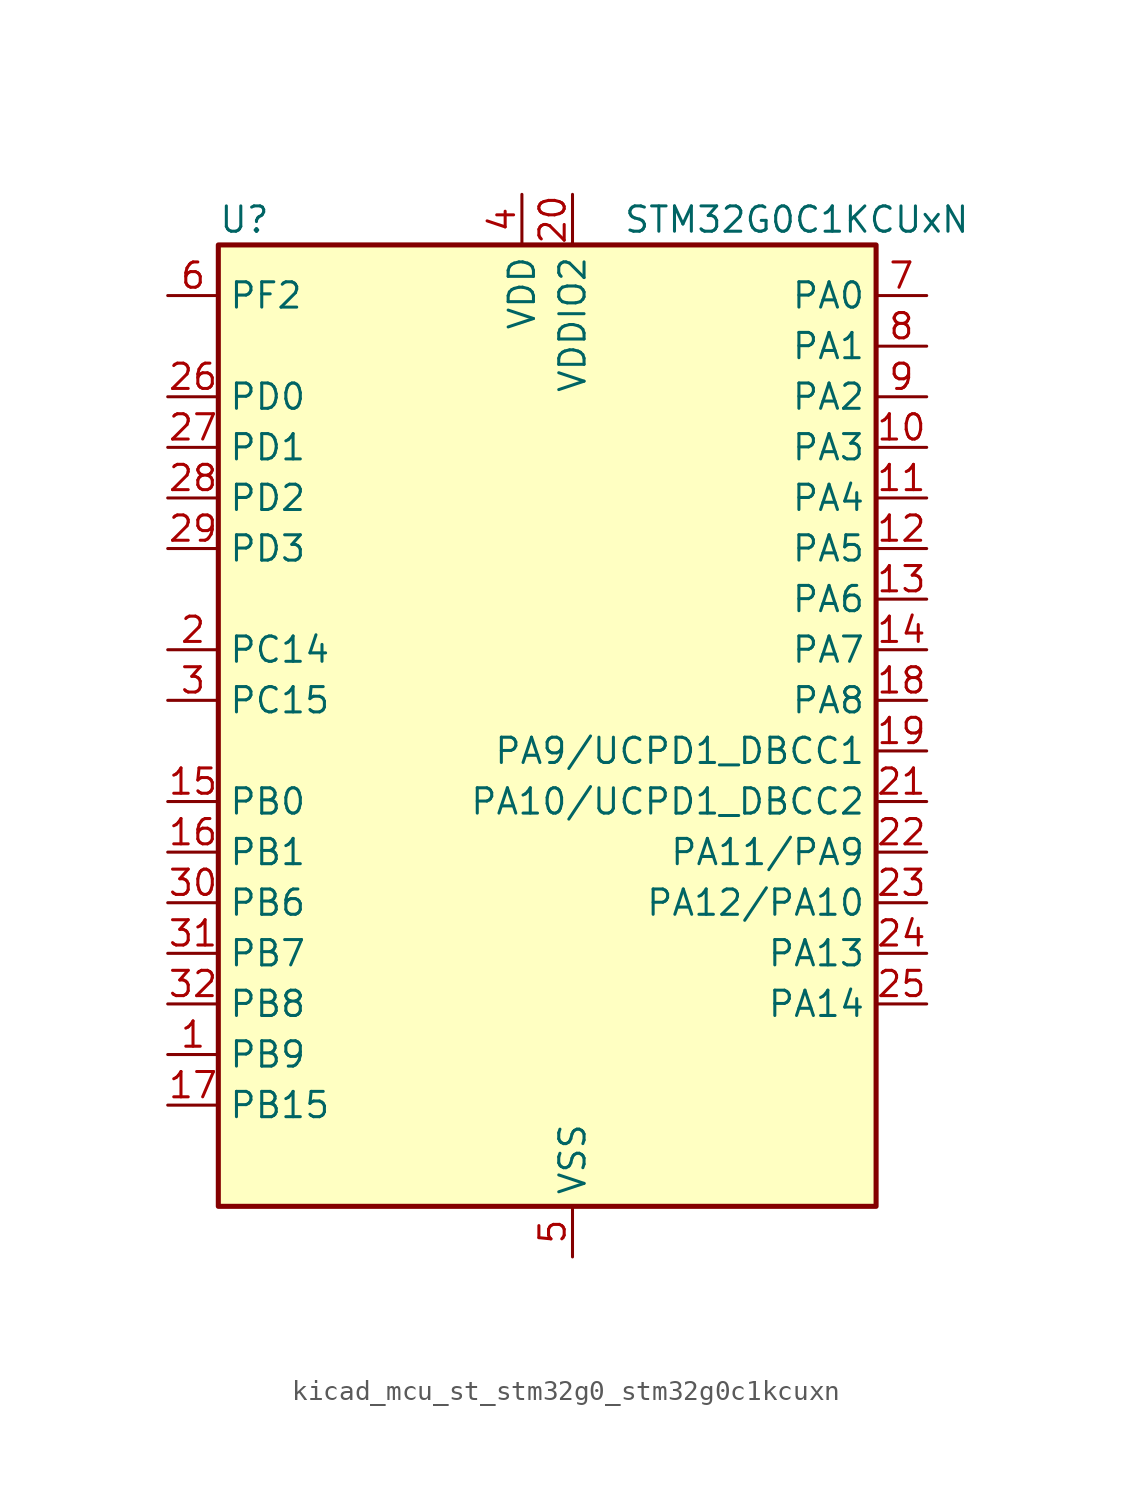
<source format=kicad_sym>
(kicad_symbol_lib
  (version 20220914)
  (generator kicad_symbol_editor)
  (symbol "kicad_mcu_st_stm32g0_stm32g0c1kcuxn"
    (property "Reference" "U"
      (at -15.24 26.67 0)
      (effects (font (size 1.27 1.27)) (justify left)))
    (property "Value" "STM32G0C1KCUxN"
      (at 5.08 26.67 0)
      (effects (font (size 1.27 1.27)) (justify left)))
    (property "ki_locked" ""
      (at 0 0 0)
      (effects (font (size 1.27 1.27))))
    (symbol "kicad_mcu_st_stm32g0_stm32g0c1kcuxn_0_1"
      (rectangle (start -15.24 -22.86) (end 17.78 25.4) (stroke (width 0.254) (type default)) (fill (type background))))
    (symbol "kicad_mcu_st_stm32g0_stm32g0c1kcuxn_1_1"
      (pin bidirectional line (at -17.78 -15.24 0) (length 2.54) (name "PB9" (effects (font (size 1.27 1.27)))) (number "1" (effects (font (size 1.27 1.27)))) (alternate "DAC1_EXTI9" bidirectional line) (alternate "FDCAN1_TX" bidirectional line) (alternate "I2C1_SDA" bidirectional line) (alternate "I2S2_WS" bidirectional line) (alternate "IR_OUT" bidirectional line) (alternate "SPI2_NSS" bidirectional line) (alternate "TIM17_CH1" bidirectional line) (alternate "TIM4_CH4" bidirectional line) (alternate "UCPD2_FRSTX1" bidirectional line) (alternate "UCPD2_FRSTX2" bidirectional line) (alternate "USART3_RX" bidirectional line) (alternate "USART6_RX" bidirectional line))
      (pin bidirectional line (at 20.32 15.24 180) (length 2.54) (name "PA3" (effects (font (size 1.27 1.27)))) (number "10" (effects (font (size 1.27 1.27)))) (alternate "ADC1_IN3" bidirectional line) (alternate "COMP2_INP" bidirectional line) (alternate "I2S2_MCK" bidirectional line) (alternate "LPUART1_RX" bidirectional line) (alternate "SPI2_MISO" bidirectional line) (alternate "TIM15_CH2" bidirectional line) (alternate "TIM2_CH4" bidirectional line) (alternate "UCPD2_FRSTX1" bidirectional line) (alternate "UCPD2_FRSTX2" bidirectional line) (alternate "USART2_RX" bidirectional line))
      (pin bidirectional line (at 20.32 12.7 180) (length 2.54) (name "PA4" (effects (font (size 1.27 1.27)))) (number "11" (effects (font (size 1.27 1.27)))) (alternate "ADC1_IN4" bidirectional line) (alternate "DAC1_OUT1" bidirectional line) (alternate "I2S1_WS" bidirectional line) (alternate "I2S2_SD" bidirectional line) (alternate "LPTIM2_OUT" bidirectional line) (alternate "RTC_OUT1" bidirectional line) (alternate "RTC_TAMP_IN1" bidirectional line) (alternate "RTC_TS" bidirectional line) (alternate "SPI1_NSS" bidirectional line) (alternate "SPI2_MOSI" bidirectional line) (alternate "SYS_WKUP2" bidirectional line) (alternate "TIM14_CH1" bidirectional line) (alternate "UCPD2_FRSTX1" bidirectional line) (alternate "UCPD2_FRSTX2" bidirectional line) (alternate "USART6_TX" bidirectional line) (alternate "USB_NOE" bidirectional line))
      (pin bidirectional line (at 20.32 10.16 180) (length 2.54) (name "PA5" (effects (font (size 1.27 1.27)))) (number "12" (effects (font (size 1.27 1.27)))) (alternate "ADC1_IN5" bidirectional line) (alternate "CEC" bidirectional line) (alternate "DAC1_OUT2" bidirectional line) (alternate "I2S1_CK" bidirectional line) (alternate "LPTIM2_ETR" bidirectional line) (alternate "SPI1_SCK" bidirectional line) (alternate "TIM2_CH1" bidirectional line) (alternate "TIM2_ETR" bidirectional line) (alternate "UCPD1_FRSTX1" bidirectional line) (alternate "UCPD1_FRSTX2" bidirectional line) (alternate "USART3_TX" bidirectional line) (alternate "USART6_RX" bidirectional line))
      (pin bidirectional line (at 20.32 7.62 180) (length 2.54) (name "PA6" (effects (font (size 1.27 1.27)))) (number "13" (effects (font (size 1.27 1.27)))) (alternate "ADC1_IN6" bidirectional line) (alternate "COMP1_OUT" bidirectional line) (alternate "I2C2_SDA" bidirectional line) (alternate "I2C3_SDA" bidirectional line) (alternate "I2S1_MCK" bidirectional line) (alternate "LPUART1_CTS" bidirectional line) (alternate "SPI1_MISO" bidirectional line) (alternate "TIM16_CH1" bidirectional line) (alternate "TIM1_BK" bidirectional line) (alternate "TIM3_CH1" bidirectional line) (alternate "USART3_CTS" bidirectional line) (alternate "USART3_NSS" bidirectional line) (alternate "USART6_CTS" bidirectional line) (alternate "USART6_NSS" bidirectional line))
      (pin bidirectional line (at 20.32 5.08 180) (length 2.54) (name "PA7" (effects (font (size 1.27 1.27)))) (number "14" (effects (font (size 1.27 1.27)))) (alternate "ADC1_IN7" bidirectional line) (alternate "COMP2_OUT" bidirectional line) (alternate "I2C2_SCL" bidirectional line) (alternate "I2C3_SCL" bidirectional line) (alternate "I2S1_SD" bidirectional line) (alternate "SPI1_MOSI" bidirectional line) (alternate "TIM14_CH1" bidirectional line) (alternate "TIM17_CH1" bidirectional line) (alternate "TIM1_CH1N" bidirectional line) (alternate "TIM3_CH2" bidirectional line) (alternate "UCPD1_FRSTX1" bidirectional line) (alternate "UCPD1_FRSTX2" bidirectional line) (alternate "USART6_CK" bidirectional line) (alternate "USART6_DE" bidirectional line) (alternate "USART6_RTS" bidirectional line))
      (pin bidirectional line (at -17.78 -2.54 0) (length 2.54) (name "PB0" (effects (font (size 1.27 1.27)))) (number "15" (effects (font (size 1.27 1.27)))) (alternate "ADC1_IN8" bidirectional line) (alternate "COMP1_OUT" bidirectional line) (alternate "COMP3_INP" bidirectional line) (alternate "FDCAN2_RX" bidirectional line) (alternate "I2S1_WS" bidirectional line) (alternate "LPTIM1_OUT" bidirectional line) (alternate "LPUART2_CTS" bidirectional line) (alternate "SPI1_NSS" bidirectional line) (alternate "TIM1_CH2N" bidirectional line) (alternate "TIM3_CH3" bidirectional line) (alternate "UCPD1_FRSTX1" bidirectional line) (alternate "UCPD1_FRSTX2" bidirectional line) (alternate "USART3_RX" bidirectional line) (alternate "USART5_TX" bidirectional line))
      (pin bidirectional line (at -17.78 -5.08 0) (length 2.54) (name "PB1" (effects (font (size 1.27 1.27)))) (number "16" (effects (font (size 1.27 1.27)))) (alternate "ADC1_IN9" bidirectional line) (alternate "COMP1_INM" bidirectional line) (alternate "COMP3_OUT" bidirectional line) (alternate "FDCAN2_TX" bidirectional line) (alternate "LPTIM2_IN1" bidirectional line) (alternate "LPUART1_DE" bidirectional line) (alternate "LPUART1_RTS" bidirectional line) (alternate "LPUART2_DE" bidirectional line) (alternate "LPUART2_RTS" bidirectional line) (alternate "TIM14_CH1" bidirectional line) (alternate "TIM1_CH3N" bidirectional line) (alternate "TIM3_CH4" bidirectional line) (alternate "USART3_CK" bidirectional line) (alternate "USART3_DE" bidirectional line) (alternate "USART3_RTS" bidirectional line) (alternate "USART5_RX" bidirectional line))
      (pin bidirectional line (at -17.78 -17.78 0) (length 2.54) (name "PB15" (effects (font (size 1.27 1.27)))) (number "17" (effects (font (size 1.27 1.27)))) (alternate "I2S2_SD" bidirectional line) (alternate "RTC_REFIN" bidirectional line) (alternate "SPI2_MOSI" bidirectional line) (alternate "TIM15_CH1N" bidirectional line) (alternate "TIM15_CH2" bidirectional line) (alternate "TIM1_CH3N" bidirectional line) (alternate "UCPD1_CC2" bidirectional line) (alternate "USART6_CTS" bidirectional line) (alternate "USART6_NSS" bidirectional line))
      (pin bidirectional line (at 20.32 2.54 180) (length 2.54) (name "PA8" (effects (font (size 1.27 1.27)))) (number "18" (effects (font (size 1.27 1.27)))) (alternate "CRS1_SYNC" bidirectional line) (alternate "I2C2_SMBA" bidirectional line) (alternate "I2S2_WS" bidirectional line) (alternate "LPTIM2_OUT" bidirectional line) (alternate "RCC_MCO" bidirectional line) (alternate "SPI2_NSS" bidirectional line) (alternate "TIM1_CH1" bidirectional line) (alternate "UCPD1_CC1" bidirectional line))
      (pin bidirectional line (at 20.32 0 180) (length 2.54) (name "PA9/UCPD1_DBCC1" (effects (font (size 1.27 1.27)))) (number "19" (effects (font (size 1.27 1.27)))) (alternate "DAC1_EXTI9" bidirectional line) (alternate "I2C1_SCL" bidirectional line) (alternate "I2C2_SCL" bidirectional line) (alternate "I2S2_MCK" bidirectional line) (alternate "RCC_MCO" bidirectional line) (alternate "SPI2_MISO" bidirectional line) (alternate "TIM15_BK" bidirectional line) (alternate "TIM1_CH2" bidirectional line) (alternate "UCPD1_DBCC1" bidirectional line) (alternate "USART1_TX" bidirectional line))
      (pin bidirectional line (at -17.78 5.08 0) (length 2.54) (name "PC14" (effects (font (size 1.27 1.27)))) (number "2" (effects (font (size 1.27 1.27)))) (alternate "RCC_OSC32_IN" bidirectional line) (alternate "RCC_OSC_IN" bidirectional line) (alternate "TIM1_BK2" bidirectional line))
      (pin power_in line (at 2.54 27.94 270) (length 2.54) (name "VDDIO2" (effects (font (size 1.27 1.27)))) (number "20" (effects (font (size 1.27 1.27)))))
      (pin bidirectional line (at 20.32 -2.54 180) (length 2.54) (name "PA10/UCPD1_DBCC2" (effects (font (size 1.27 1.27)))) (number "21" (effects (font (size 1.27 1.27)))) (alternate "I2C1_SDA" bidirectional line) (alternate "I2C2_SDA" bidirectional line) (alternate "I2S2_SD" bidirectional line) (alternate "RCC_MCO_2" bidirectional line) (alternate "SPI2_MOSI" bidirectional line) (alternate "TIM17_BK" bidirectional line) (alternate "TIM1_CH3" bidirectional line) (alternate "UCPD1_DBCC2" bidirectional line) (alternate "USART1_RX" bidirectional line))
      (pin bidirectional line (at 20.32 -5.08 180) (length 2.54) (name "PA11/PA9" (effects (font (size 1.27 1.27)))) (number "22" (effects (font (size 1.27 1.27)))) (alternate "ADC1_EXTI11" bidirectional line) (alternate "COMP1_OUT" bidirectional line) (alternate "FDCAN1_RX" bidirectional line) (alternate "I2C2_SCL" bidirectional line) (alternate "I2S1_MCK" bidirectional line) (alternate "SPI1_MISO" bidirectional line) (alternate "TIM1_BK2" bidirectional line) (alternate "TIM1_CH4" bidirectional line) (alternate "USART1_CTS" bidirectional line) (alternate "USART1_NSS" bidirectional line) (alternate "USB_DM" bidirectional line))
      (pin bidirectional line (at 20.32 -7.62 180) (length 2.54) (name "PA12/PA10" (effects (font (size 1.27 1.27)))) (number "23" (effects (font (size 1.27 1.27)))) (alternate "COMP2_OUT" bidirectional line) (alternate "FDCAN1_TX" bidirectional line) (alternate "I2C2_SDA" bidirectional line) (alternate "I2S1_SD" bidirectional line) (alternate "I2S_CKIN" bidirectional line) (alternate "SPI1_MOSI" bidirectional line) (alternate "TIM1_ETR" bidirectional line) (alternate "USART1_CK" bidirectional line) (alternate "USART1_DE" bidirectional line) (alternate "USART1_RTS" bidirectional line) (alternate "USB_DP" bidirectional line))
      (pin bidirectional line (at 20.32 -10.16 180) (length 2.54) (name "PA13" (effects (font (size 1.27 1.27)))) (number "24" (effects (font (size 1.27 1.27)))) (alternate "IR_OUT" bidirectional line) (alternate "LPUART2_RX" bidirectional line) (alternate "SYS_SWDIO" bidirectional line) (alternate "USB_NOE" bidirectional line))
      (pin bidirectional line (at 20.32 -12.7 180) (length 2.54) (name "PA14" (effects (font (size 1.27 1.27)))) (number "25" (effects (font (size 1.27 1.27)))) (alternate "LPUART2_TX" bidirectional line) (alternate "SYS_SWCLK" bidirectional line) (alternate "USART2_TX" bidirectional line))
      (pin bidirectional line (at -17.78 17.78 0) (length 2.54) (name "PD0" (effects (font (size 1.27 1.27)))) (number "26" (effects (font (size 1.27 1.27)))) (alternate "FDCAN1_RX" bidirectional line) (alternate "I2S2_WS" bidirectional line) (alternate "SPI2_NSS" bidirectional line) (alternate "TIM16_CH1" bidirectional line) (alternate "UCPD2_CC1" bidirectional line))
      (pin bidirectional line (at -17.78 15.24 0) (length 2.54) (name "PD1" (effects (font (size 1.27 1.27)))) (number "27" (effects (font (size 1.27 1.27)))) (alternate "FDCAN1_TX" bidirectional line) (alternate "I2S2_CK" bidirectional line) (alternate "SPI2_SCK" bidirectional line) (alternate "TIM17_CH1" bidirectional line) (alternate "UCPD2_DBCC1" bidirectional line))
      (pin bidirectional line (at -17.78 12.7 0) (length 2.54) (name "PD2" (effects (font (size 1.27 1.27)))) (number "28" (effects (font (size 1.27 1.27)))) (alternate "TIM1_CH1N" bidirectional line) (alternate "TIM3_ETR" bidirectional line) (alternate "UCPD2_CC2" bidirectional line) (alternate "USART3_CK" bidirectional line) (alternate "USART3_DE" bidirectional line) (alternate "USART3_RTS" bidirectional line) (alternate "USART5_RX" bidirectional line))
      (pin bidirectional line (at -17.78 10.16 0) (length 2.54) (name "PD3" (effects (font (size 1.27 1.27)))) (number "29" (effects (font (size 1.27 1.27)))) (alternate "I2S2_MCK" bidirectional line) (alternate "SPI2_MISO" bidirectional line) (alternate "TIM1_CH2N" bidirectional line) (alternate "UCPD2_DBCC2" bidirectional line) (alternate "USART2_CTS" bidirectional line) (alternate "USART2_NSS" bidirectional line) (alternate "USART5_TX" bidirectional line))
      (pin bidirectional line (at -17.78 2.54 0) (length 2.54) (name "PC15" (effects (font (size 1.27 1.27)))) (number "3" (effects (font (size 1.27 1.27)))) (alternate "RCC_OSC32_EN" bidirectional line) (alternate "RCC_OSC32_OUT" bidirectional line) (alternate "RCC_OSC_EN" bidirectional line) (alternate "TIM15_BK" bidirectional line))
      (pin bidirectional line (at -17.78 -7.62 0) (length 2.54) (name "PB6" (effects (font (size 1.27 1.27)))) (number "30" (effects (font (size 1.27 1.27)))) (alternate "COMP2_INP" bidirectional line) (alternate "FDCAN2_TX" bidirectional line) (alternate "I2C1_SCL" bidirectional line) (alternate "I2S2_MCK" bidirectional line) (alternate "LPTIM1_ETR" bidirectional line) (alternate "LPUART2_TX" bidirectional line) (alternate "SPI2_MISO" bidirectional line) (alternate "TIM16_CH1N" bidirectional line) (alternate "TIM1_CH3" bidirectional line) (alternate "TIM4_CH1" bidirectional line) (alternate "USART1_TX" bidirectional line) (alternate "USART5_CTS" bidirectional line) (alternate "USART5_NSS" bidirectional line))
      (pin bidirectional line (at -17.78 -10.16 0) (length 2.54) (name "PB7" (effects (font (size 1.27 1.27)))) (number "31" (effects (font (size 1.27 1.27)))) (alternate "COMP2_INM" bidirectional line) (alternate "I2C1_SDA" bidirectional line) (alternate "I2S2_SD" bidirectional line) (alternate "LPTIM1_IN2" bidirectional line) (alternate "LPUART2_RX" bidirectional line) (alternate "SPI2_MOSI" bidirectional line) (alternate "SYS_PVD_IN" bidirectional line) (alternate "TIM17_CH1N" bidirectional line) (alternate "TIM4_CH2" bidirectional line) (alternate "USART1_RX" bidirectional line) (alternate "USART4_CTS" bidirectional line) (alternate "USART4_NSS" bidirectional line))
      (pin bidirectional line (at -17.78 -12.7 0) (length 2.54) (name "PB8" (effects (font (size 1.27 1.27)))) (number "32" (effects (font (size 1.27 1.27)))) (alternate "CEC" bidirectional line) (alternate "FDCAN1_RX" bidirectional line) (alternate "I2C1_SCL" bidirectional line) (alternate "I2S2_CK" bidirectional line) (alternate "SPI2_SCK" bidirectional line) (alternate "TIM15_BK" bidirectional line) (alternate "TIM16_CH1" bidirectional line) (alternate "TIM4_CH3" bidirectional line) (alternate "USART3_TX" bidirectional line) (alternate "USART6_TX" bidirectional line))
      (pin passive line (at 2.54 -25.4 90) (length 2.54) hide (name "VSS" (effects (font (size 1.27 1.27)))) (number "33" (effects (font (size 1.27 1.27)))))
      (pin power_in line (at 0 27.94 270) (length 2.54) (name "VDD" (effects (font (size 1.27 1.27)))) (number "4" (effects (font (size 1.27 1.27)))))
      (pin power_in line (at 2.54 -25.4 90) (length 2.54) (name "VSS" (effects (font (size 1.27 1.27)))) (number "5" (effects (font (size 1.27 1.27)))))
      (pin bidirectional line (at -17.78 22.86 0) (length 2.54) (name "PF2" (effects (font (size 1.27 1.27)))) (number "6" (effects (font (size 1.27 1.27)))) (alternate "LPUART2_DE" bidirectional line) (alternate "LPUART2_RTS" bidirectional line) (alternate "LPUART2_TX" bidirectional line) (alternate "RCC_MCO" bidirectional line))
      (pin bidirectional line (at 20.32 22.86 180) (length 2.54) (name "PA0" (effects (font (size 1.27 1.27)))) (number "7" (effects (font (size 1.27 1.27)))) (alternate "ADC1_IN0" bidirectional line) (alternate "COMP1_INM" bidirectional line) (alternate "COMP1_OUT" bidirectional line) (alternate "I2S2_CK" bidirectional line) (alternate "LPTIM1_OUT" bidirectional line) (alternate "RTC_TAMP_IN2" bidirectional line) (alternate "SPI2_SCK" bidirectional line) (alternate "SYS_WKUP1" bidirectional line) (alternate "TIM2_CH1" bidirectional line) (alternate "TIM2_ETR" bidirectional line) (alternate "UCPD2_FRSTX1" bidirectional line) (alternate "UCPD2_FRSTX2" bidirectional line) (alternate "USART2_CTS" bidirectional line) (alternate "USART2_NSS" bidirectional line) (alternate "USART4_TX" bidirectional line))
      (pin bidirectional line (at 20.32 20.32 180) (length 2.54) (name "PA1" (effects (font (size 1.27 1.27)))) (number "8" (effects (font (size 1.27 1.27)))) (alternate "ADC1_IN1" bidirectional line) (alternate "COMP1_INP" bidirectional line) (alternate "I2C1_SMBA" bidirectional line) (alternate "I2S1_CK" bidirectional line) (alternate "SPI1_SCK" bidirectional line) (alternate "TIM15_CH1N" bidirectional line) (alternate "TIM2_CH2" bidirectional line) (alternate "USART2_CK" bidirectional line) (alternate "USART2_DE" bidirectional line) (alternate "USART2_RTS" bidirectional line) (alternate "USART4_RX" bidirectional line))
      (pin bidirectional line (at 20.32 17.78 180) (length 2.54) (name "PA2" (effects (font (size 1.27 1.27)))) (number "9" (effects (font (size 1.27 1.27)))) (alternate "ADC1_IN2" bidirectional line) (alternate "COMP2_INM" bidirectional line) (alternate "COMP2_OUT" bidirectional line) (alternate "I2S1_SD" bidirectional line) (alternate "LPUART1_TX" bidirectional line) (alternate "RCC_LSCO" bidirectional line) (alternate "SPI1_MOSI" bidirectional line) (alternate "SYS_WKUP4" bidirectional line) (alternate "TIM15_CH1" bidirectional line) (alternate "TIM2_CH3" bidirectional line) (alternate "UCPD1_FRSTX1" bidirectional line) (alternate "UCPD1_FRSTX2" bidirectional line) (alternate "USART2_TX" bidirectional line)))))
</source>
